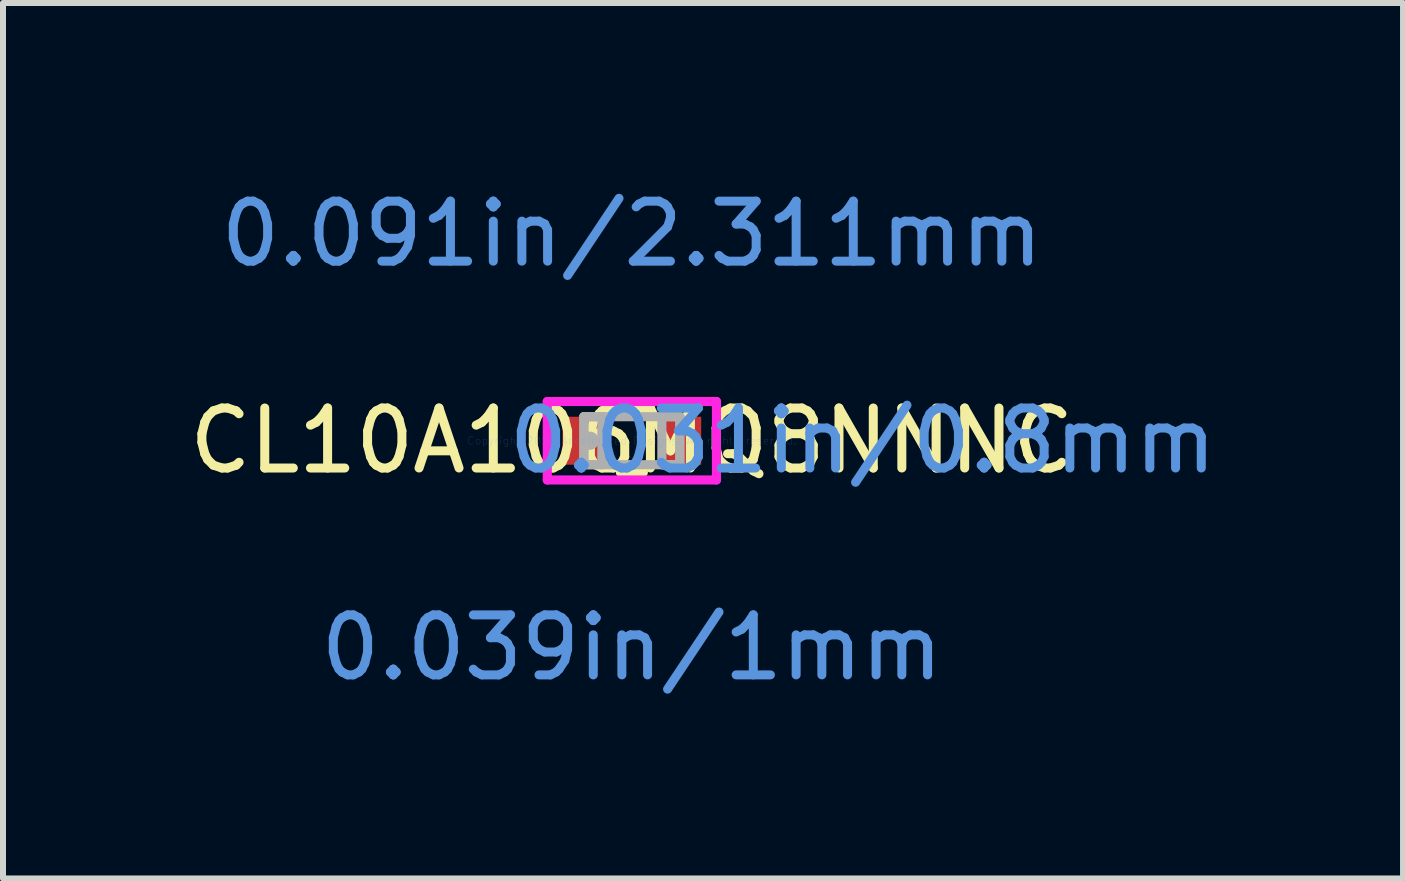
<source format=kicad_pcb>
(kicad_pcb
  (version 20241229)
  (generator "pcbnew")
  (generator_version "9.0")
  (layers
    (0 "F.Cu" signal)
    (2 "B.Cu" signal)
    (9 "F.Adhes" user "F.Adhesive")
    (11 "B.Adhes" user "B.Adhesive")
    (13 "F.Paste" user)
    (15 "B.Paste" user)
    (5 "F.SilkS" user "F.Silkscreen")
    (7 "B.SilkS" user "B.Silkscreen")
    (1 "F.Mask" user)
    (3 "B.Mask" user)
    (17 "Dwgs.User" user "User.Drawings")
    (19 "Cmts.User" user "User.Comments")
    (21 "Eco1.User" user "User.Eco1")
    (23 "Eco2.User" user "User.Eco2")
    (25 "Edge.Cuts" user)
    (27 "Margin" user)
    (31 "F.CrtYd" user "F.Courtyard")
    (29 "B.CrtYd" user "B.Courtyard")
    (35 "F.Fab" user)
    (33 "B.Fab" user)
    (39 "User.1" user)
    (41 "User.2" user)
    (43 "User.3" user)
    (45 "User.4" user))
  (footprint "CL10A106MQ8NNNC"
    (layer "F.Cu")
    (at 7.482 4.296)
    (property "Reference" "CL10A106MQ8NNNC" (at 0 0 0) (layer "F.SilkS") (effects (font (size 1 1) (thickness 0.15))))
    (attr through_hole)
    (fp_line (start -0.192 0.527) (end 0.192 0.527) (stroke (width 0.152) (type solid)) (layer "F.SilkS"))
    (fp_line (start 0.192 -0.527) (end -0.192 -0.527) (stroke (width 0.152) (type solid)) (layer "F.SilkS"))
    (fp_line (start -1.41 -0.654) (end 1.41 -0.654) (stroke (width 0.152) (type solid)) (layer "F.CrtYd"))
    (fp_line (start -1.41 0.654) (end -1.41 -0.654) (stroke (width 0.152) (type solid)) (layer "F.CrtYd"))
    (fp_line (start 1.41 -0.654) (end 1.41 0.654) (stroke (width 0.152) (type solid)) (layer "F.CrtYd"))
    (fp_line (start 1.41 0.654) (end -1.41 0.654) (stroke (width 0.152) (type solid)) (layer "F.CrtYd"))
    (fp_line (start -0.8 -0.4) (end -0.8 0.4) (stroke (width 0.152) (type solid)) (layer "F.Fab"))
    (fp_line (start -0.8 -0.4) (end -0.8 0.4) (stroke (width 0.152) (type solid)) (layer "F.Fab"))
    (fp_line (start -0.8 0.4) (end -0.5 0.4) (stroke (width 0.152) (type solid)) (layer "F.Fab"))
    (fp_line (start -0.8 0.4) (end 0.8 0.4) (stroke (width 0.152) (type solid)) (layer "F.Fab"))
    (fp_line (start -0.5 -0.4) (end -0.8 -0.4) (stroke (width 0.152) (type solid)) (layer "F.Fab"))
    (fp_line (start -0.5 0.4) (end -0.5 -0.4) (stroke (width 0.152) (type solid)) (layer "F.Fab"))
    (fp_line (start 0.5 -0.4) (end 0.5 0.4) (stroke (width 0.152) (type solid)) (layer "F.Fab"))
    (fp_line (start 0.5 0.4) (end 0.8 0.4) (stroke (width 0.152) (type solid)) (layer "F.Fab"))
    (fp_line (start 0.8 -0.4) (end -0.8 -0.4) (stroke (width 0.152) (type solid)) (layer "F.Fab"))
    (fp_line (start 0.8 -0.4) (end 0.5 -0.4) (stroke (width 0.152) (type solid)) (layer "F.Fab"))
    (fp_line (start 0.8 0.4) (end 0.8 -0.4) (stroke (width 0.152) (type solid)) (layer "F.Fab"))
    (fp_line (start 0.8 0.4) (end 0.8 -0.4) (stroke (width 0.152) (type solid)) (layer "F.Fab"))
    (fp_circle (center -0.701 0) (end -0.701 0) (stroke (width 0.152) (type solid)) (fill no) (layer "F.Fab"))
    (fp_text user "0.091in/2.311mm" (at 0 -3.448 0) (layer "Cmts.User") (effects (font (size 1 1) (thickness 0.15))))
    (fp_text user "0.039in/1mm" (at 0 3.448 0) (layer "Cmts.User") (effects (font (size 1 1) (thickness 0.15))))
    (fp_text user "Copyright 2016 Accelerated Designs. All rights reserved." (at 0 0 0) (layer "Cmts.User") (effects (font (size 0.127 0.127) (thickness 0.002))))
    (fp_text user "0.031in/0.8mm" (at 3.848 0 0) (layer "Cmts.User") (effects (font (size 1 1) (thickness 0.15))))
    (pad "1" smd rect (at -0.828 0) (size 0.656 0.8) (layers "F.Cu" "F.Mask" "F.Paste"))
    (pad "2" smd rect (at 0.828 0) (size 0.656 0.8) (layers "F.Cu" "F.Mask" "F.Paste")))
  (gr_rect
    (start -3 -3)
    (end 20.336 11.592)
    (stroke (width 0.1) (type default))
    (fill no)
    (layer "Edge.Cuts")))
</source>
